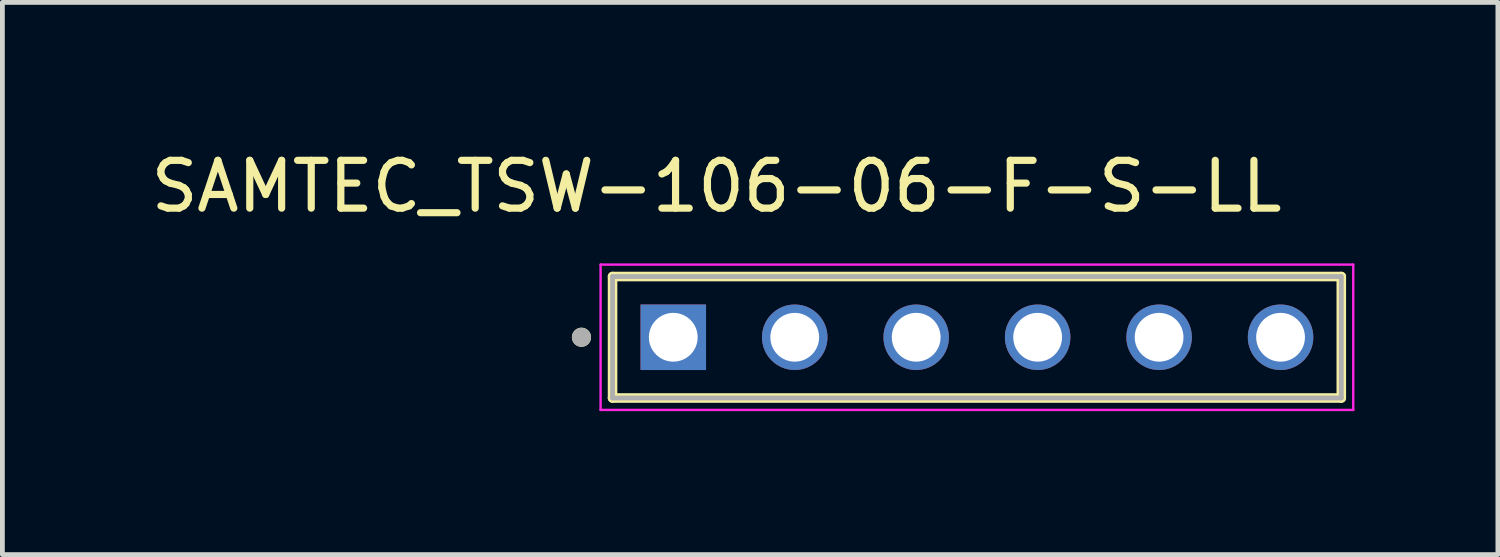
<source format=kicad_pcb>
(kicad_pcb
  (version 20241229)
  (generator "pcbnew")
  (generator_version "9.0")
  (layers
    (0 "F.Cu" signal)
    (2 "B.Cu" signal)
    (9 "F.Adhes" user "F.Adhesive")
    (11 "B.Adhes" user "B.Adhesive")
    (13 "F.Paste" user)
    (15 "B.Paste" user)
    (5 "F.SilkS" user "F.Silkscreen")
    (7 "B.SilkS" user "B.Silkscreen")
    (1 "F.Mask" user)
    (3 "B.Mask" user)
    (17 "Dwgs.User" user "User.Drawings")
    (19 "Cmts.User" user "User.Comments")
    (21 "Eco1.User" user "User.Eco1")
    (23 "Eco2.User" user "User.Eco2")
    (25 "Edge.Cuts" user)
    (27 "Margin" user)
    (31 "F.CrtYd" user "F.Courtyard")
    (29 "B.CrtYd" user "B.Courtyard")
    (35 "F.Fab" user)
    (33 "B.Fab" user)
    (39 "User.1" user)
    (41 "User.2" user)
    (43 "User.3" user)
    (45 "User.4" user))
  (footprint "SAMTEC_TSW-106-06-F-S-LL"
    (layer "F.Cu")
    (at 11.03 4.003)
    (property "Reference" "SAMTEC_TSW-106-06-F-S-LL" (at 0.905 -3.155 0) (layer "F.SilkS") (effects (font (size 1 1) (thickness 0.15))))
    (attr through_hole)
    (fp_line (start -1.27 1.27) (end -1.27 -1.27) (stroke (width 0.2) (type solid)) (layer "F.SilkS"))
    (fp_line (start 13.97 -1.27) (end -1.27 -1.27) (stroke (width 0.2) (type solid)) (layer "F.SilkS"))
    (fp_line (start 13.97 -1.27) (end 13.97 1.27) (stroke (width 0.2) (type solid)) (layer "F.SilkS"))
    (fp_line (start 13.97 1.27) (end -1.27 1.27) (stroke (width 0.2) (type solid)) (layer "F.SilkS"))
    (fp_circle (center -1.92 0) (end -1.82 0) (stroke (width 0.2) (type solid)) (fill no) (layer "F.SilkS"))
    (fp_line (start -1.52 -1.52) (end 14.22 -1.52) (stroke (width 0.05) (type solid)) (layer "F.CrtYd"))
    (fp_line (start -1.52 1.52) (end -1.52 -1.52) (stroke (width 0.05) (type solid)) (layer "F.CrtYd"))
    (fp_line (start 14.22 -1.52) (end 14.22 1.52) (stroke (width 0.05) (type solid)) (layer "F.CrtYd"))
    (fp_line (start 14.22 1.52) (end -1.52 1.52) (stroke (width 0.05) (type solid)) (layer "F.CrtYd"))
    (fp_line (start -1.27 -1.27) (end 13.97 -1.27) (stroke (width 0.1) (type solid)) (layer "F.Fab"))
    (fp_line (start -1.27 1.27) (end -1.27 -1.27) (stroke (width 0.1) (type solid)) (layer "F.Fab"))
    (fp_line (start 13.97 -1.27) (end 13.97 1.27) (stroke (width 0.1) (type solid)) (layer "F.Fab"))
    (fp_line (start 13.97 1.27) (end -1.27 1.27) (stroke (width 0.1) (type solid)) (layer "F.Fab"))
    (fp_circle (center -1.92 0) (end -1.82 0) (stroke (width 0.2) (type solid)) (fill no) (layer "F.Fab"))
    (pad "01" thru_hole rect (at 0 0) (size 1.37 1.37) (drill 1.02) (layers "*.Cu" "*.Mask"))
    (pad "02" thru_hole circle (at 2.54 0) (size 1.37 1.37) (drill 1.02) (layers "*.Cu" "*.Mask"))
    (pad "03" thru_hole circle (at 5.08 0) (size 1.37 1.37) (drill 1.02) (layers "*.Cu" "*.Mask"))
    (pad "04" thru_hole circle (at 7.62 0) (size 1.37 1.37) (drill 1.02) (layers "*.Cu" "*.Mask"))
    (pad "05" thru_hole circle (at 10.16 0) (size 1.37 1.37) (drill 1.02) (layers "*.Cu" "*.Mask"))
    (pad "06" thru_hole circle (at 12.7 0) (size 1.37 1.37) (drill 1.02) (layers "*.Cu" "*.Mask")))
  (gr_rect
    (start -3 -3)
    (end 28.275 8.548)
    (stroke (width 0.1) (type default))
    (fill no)
    (layer "Edge.Cuts")))
</source>
